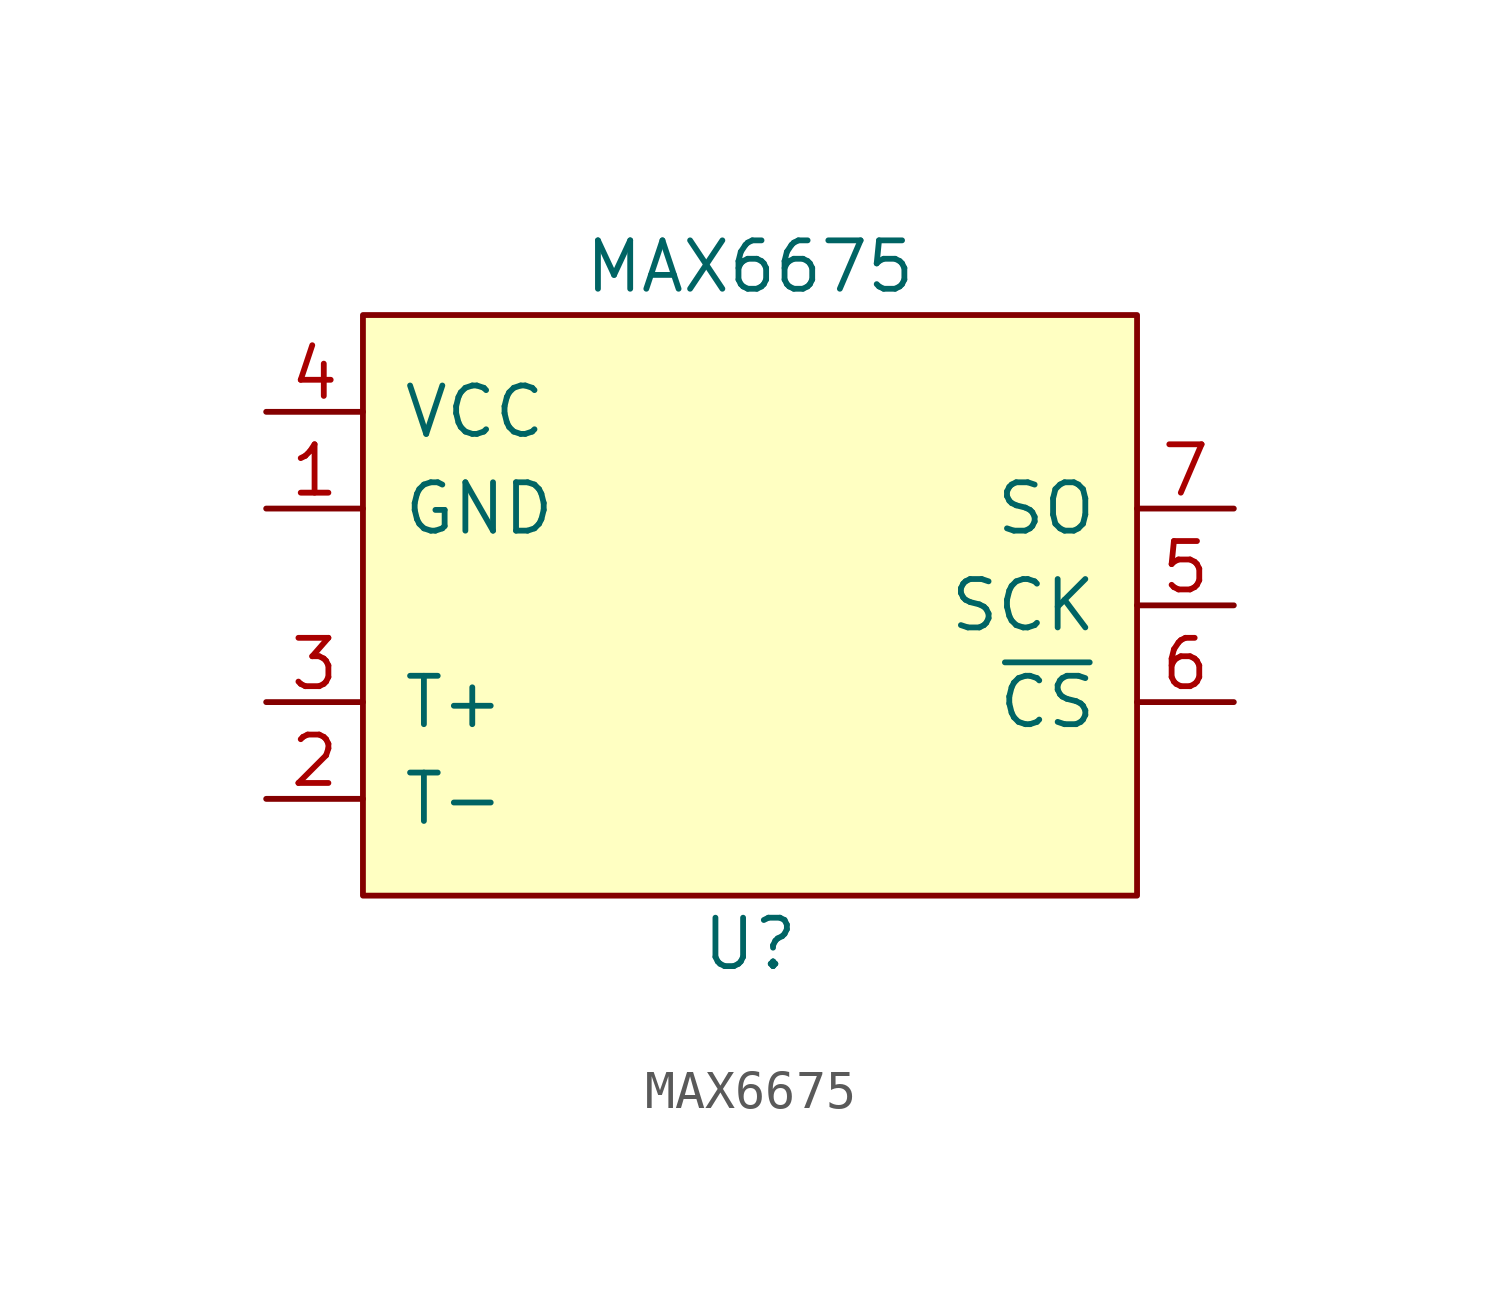
<source format=kicad_sym>
(kicad_symbol_lib
  (version 20211014)
  (generator kicad_symbol_editor)
  (symbol "MAX6675"
    (pin_names
      (offset 1.016))
    (property "Reference" "U"
      (at 0 -8.89 0)
      (effects (font (size 1.27 1.27))))
    (property "Value" "MAX6675"
      (at 0 8.89 0)
      (effects (font (size 1.27 1.27))))
    (symbol "MAX6675_0_0"
      (pin unspecified line (at -12.7 2.54 0) (length 2.54) (name "GND" (effects (font (size 1.27 1.27)))) (number "1" (effects (font (size 1.27 1.27)))))
      (pin unspecified line (at -12.7 -5.08 0) (length 2.54) (name "T-" (effects (font (size 1.27 1.27)))) (number "2" (effects (font (size 1.27 1.27)))))
      (pin unspecified line (at -12.7 -2.54 0) (length 2.54) (name "T+" (effects (font (size 1.27 1.27)))) (number "3" (effects (font (size 1.27 1.27)))))
      (pin unspecified line (at -12.7 5.08 0) (length 2.54) (name "VCC" (effects (font (size 1.27 1.27)))) (number "4" (effects (font (size 1.27 1.27)))))
      (pin unspecified line (at 12.7 0 180) (length 2.54) (name "SCK" (effects (font (size 1.27 1.27)))) (number "5" (effects (font (size 1.27 1.27)))))
      (pin unspecified line (at 12.7 -2.54 180) (length 2.54) (name "~{CS}" (effects (font (size 1.27 1.27)))) (number "6" (effects (font (size 1.27 1.27)))))
      (pin unspecified line (at 12.7 2.54 180) (length 2.54) (name "SO" (effects (font (size 1.27 1.27)))) (number "7" (effects (font (size 1.27 1.27)))))
      (pin no_connect line (at -12.7 0 0) (length 2.54) hide (name "NC" (effects (font (size 1.27 1.27)))) (number "8" (effects (font (size 1.27 1.27))))))
    (symbol "MAX6675_0_1"
      (rectangle (start -10.16 7.62) (end 10.16 -7.62) (stroke (width 0) (type default) (color 0 0 0 0)) (fill (type background))))))
</source>
